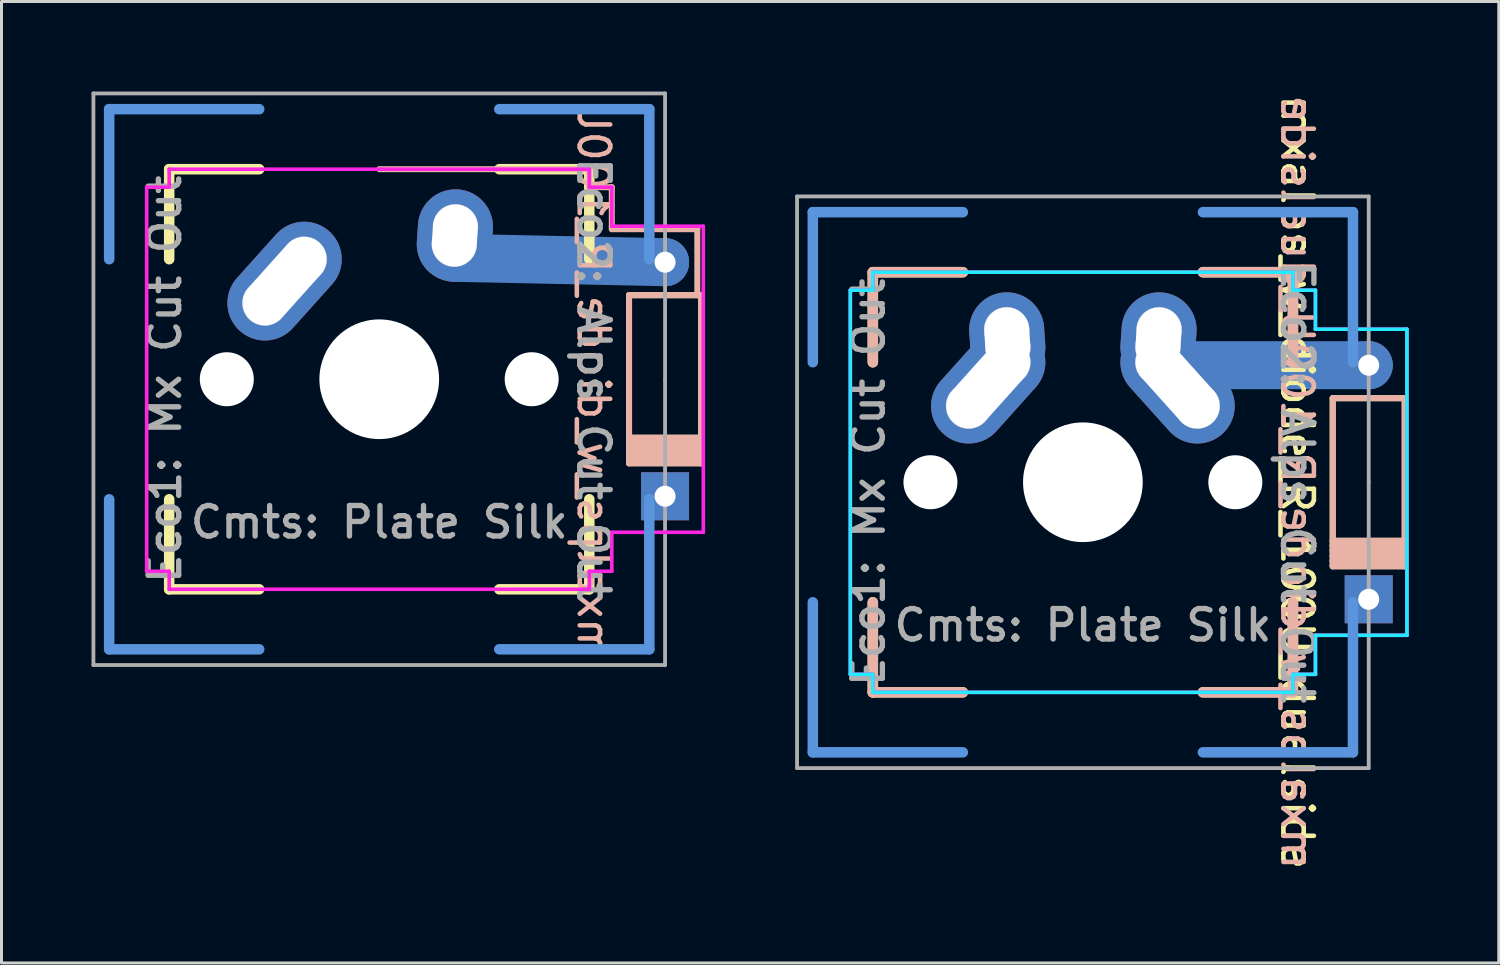
<source format=kicad_pcb>
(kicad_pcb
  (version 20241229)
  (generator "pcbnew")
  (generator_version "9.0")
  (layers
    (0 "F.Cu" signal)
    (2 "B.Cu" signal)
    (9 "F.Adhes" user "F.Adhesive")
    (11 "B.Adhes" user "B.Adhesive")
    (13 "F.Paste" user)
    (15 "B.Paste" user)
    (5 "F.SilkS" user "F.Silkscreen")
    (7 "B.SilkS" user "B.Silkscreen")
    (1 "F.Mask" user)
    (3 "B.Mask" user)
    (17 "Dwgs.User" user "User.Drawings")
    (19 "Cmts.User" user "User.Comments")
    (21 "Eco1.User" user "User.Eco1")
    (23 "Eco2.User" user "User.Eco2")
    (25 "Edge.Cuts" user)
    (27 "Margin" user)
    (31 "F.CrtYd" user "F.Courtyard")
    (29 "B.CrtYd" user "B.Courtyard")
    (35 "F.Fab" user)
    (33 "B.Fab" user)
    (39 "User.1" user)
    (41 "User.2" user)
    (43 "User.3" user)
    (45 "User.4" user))
  (footprint "mxalps_w_diode_R_100U"
    (layer "F.Cu")
    (at 9.588 9.588)
    (property "Reference" "mxalps_w_diode_R_100U" (at 7.144 0 270) (unlocked yes) (layer "B.SilkS") (effects (font (size 1.016 1.016) (thickness 0.152)) (justify mirror)))
    (attr through_hole)
    (fp_line (start -7 -7) (end -7 -4) (stroke (width 0.35) (type solid)) (layer "F.SilkS"))
    (fp_line (start -7 -7) (end -4 -7) (stroke (width 0.35) (type solid)) (layer "F.SilkS"))
    (fp_line (start -7 7) (end -7 4) (stroke (width 0.35) (type solid)) (layer "F.SilkS"))
    (fp_line (start -7 7) (end -4 7) (stroke (width 0.35) (type solid)) (layer "F.SilkS"))
    (fp_line (start 7 -7) (end 4 -7) (stroke (width 0.35) (type solid)) (layer "F.SilkS"))
    (fp_line (start 7 -7) (end 7 -4) (stroke (width 0.35) (type solid)) (layer "F.SilkS"))
    (fp_line (start 7 7) (end 4 7) (stroke (width 0.35) (type solid)) (layer "F.SilkS"))
    (fp_line (start 7 7) (end 7 4) (stroke (width 0.35) (type solid)) (layer "F.SilkS"))
    (fp_line (start 8.325 -2.8) (end 10.725 -2.8) (stroke (width 0.2) (type solid)) (layer "F.SilkS"))
    (fp_line (start 8.325 1.95) (end 10.725 1.95) (stroke (width 0.2) (type solid)) (layer "F.SilkS"))
    (fp_line (start 8.325 2.1) (end 10.725 2.1) (stroke (width 0.2) (type solid)) (layer "F.SilkS"))
    (fp_line (start 8.325 2.275) (end 10.725 2.275) (stroke (width 0.2) (type solid)) (layer "F.SilkS"))
    (fp_line (start 8.325 2.45) (end 10.725 2.45) (stroke (width 0.2) (type solid)) (layer "F.SilkS"))
    (fp_line (start 8.325 2.625) (end 10.725 2.625) (stroke (width 0.2) (type solid)) (layer "F.SilkS"))
    (fp_line (start 8.325 2.8) (end 8.325 -2.8) (stroke (width 0.2) (type solid)) (layer "F.SilkS"))
    (fp_line (start 8.325 2.8) (end 10.725 2.8) (stroke (width 0.2) (type solid)) (layer "F.SilkS"))
    (fp_line (start 10.725 -2.8) (end 10.725 2.8) (stroke (width 0.2) (type solid)) (layer "F.SilkS"))
    (fp_line (start 0 -7) (end 7 -7) (stroke (width 0.2) (type solid)) (layer "B.SilkS"))
    (fp_line (start 7 -7) (end 7 -6.4) (stroke (width 0.2) (type solid)) (layer "B.SilkS"))
    (fp_line (start 7 -6.4) (end 7.75 -6.4) (stroke (width 0.2) (type solid)) (layer "B.SilkS"))
    (fp_line (start 7.75 -6.4) (end 7.75 -5.1) (stroke (width 0.2) (type solid)) (layer "B.SilkS"))
    (fp_line (start 7.75 -5.1) (end 7.75 -5) (stroke (width 0.2) (type solid)) (layer "B.SilkS"))
    (fp_line (start 7.75 -5) (end 10.6 -5) (stroke (width 0.2) (type solid)) (layer "B.SilkS"))
    (fp_line (start 8.325 -2.8) (end 8.325 2.8) (stroke (width 0.2) (type solid)) (layer "B.SilkS"))
    (fp_line (start 10.6 -5) (end 10.6 -2.8) (stroke (width 0.2) (type solid)) (layer "B.SilkS"))
    (fp_line (start 10.725 -2.8) (end 8.325 -2.8) (stroke (width 0.2) (type solid)) (layer "B.SilkS"))
    (fp_line (start 10.725 1.95) (end 8.325 1.95) (stroke (width 0.2) (type solid)) (layer "B.SilkS"))
    (fp_line (start 10.725 2.1) (end 8.325 2.1) (stroke (width 0.2) (type solid)) (layer "B.SilkS"))
    (fp_line (start 10.725 2.275) (end 8.325 2.275) (stroke (width 0.2) (type solid)) (layer "B.SilkS"))
    (fp_line (start 10.725 2.45) (end 8.325 2.45) (stroke (width 0.2) (type solid)) (layer "B.SilkS"))
    (fp_line (start 10.725 2.625) (end 8.325 2.625) (stroke (width 0.2) (type solid)) (layer "B.SilkS"))
    (fp_line (start 10.725 2.8) (end 8.325 2.8) (stroke (width 0.2) (type solid)) (layer "B.SilkS"))
    (fp_line (start 10.725 2.8) (end 10.725 -2.8) (stroke (width 0.2) (type solid)) (layer "B.SilkS"))
    (fp_circle (center -3.81 -2.54) (end -3.06 -2.54) (stroke (width 0.01) (type solid)) (fill no) (layer "Dwgs.User"))
    (fp_circle (center -2.5 -4) (end -1.75 -4) (stroke (width 0.01) (type solid)) (fill no) (layer "Dwgs.User"))
    (fp_circle (center 2.5 -4.5) (end 3.25 -4.5) (stroke (width 0.01) (type solid)) (fill no) (layer "Dwgs.User"))
    (fp_circle (center 2.54 -5.08) (end 3.29 -5.08) (stroke (width 0.01) (type solid)) (fill no) (layer "Dwgs.User"))
    (fp_line (start -9 -9) (end -9 -4) (stroke (width 0.35) (type solid)) (layer "Cmts.User"))
    (fp_line (start -9 9) (end -9 4) (stroke (width 0.35) (type solid)) (layer "Cmts.User"))
    (fp_line (start -4 -9) (end -9 -9) (stroke (width 0.35) (type solid)) (layer "Cmts.User"))
    (fp_line (start -4 9) (end -9 9) (stroke (width 0.35) (type solid)) (layer "Cmts.User"))
    (fp_line (start 4 -9) (end 9 -9) (stroke (width 0.35) (type solid)) (layer "Cmts.User"))
    (fp_line (start 9 -9) (end 9 -4) (stroke (width 0.35) (type solid)) (layer "Cmts.User"))
    (fp_line (start 9 4) (end 9 9) (stroke (width 0.35) (type solid)) (layer "Cmts.User"))
    (fp_line (start 9 9) (end 4 9) (stroke (width 0.35) (type solid)) (layer "Cmts.User"))
    (fp_line (start -7 -7) (end -7 7) (stroke (width 0.1) (type solid)) (layer "Eco1.User"))
    (fp_line (start -7 7) (end 7 7) (stroke (width 0.1) (type solid)) (layer "Eco1.User"))
    (fp_line (start 7 -7) (end -7 -7) (stroke (width 0.1) (type solid)) (layer "Eco1.User"))
    (fp_line (start 7 7) (end 7 -7) (stroke (width 0.1) (type solid)) (layer "Eco1.User"))
    (fp_line (start -7.8 -6.4) (end -7.8 6.4) (stroke (width 0.1) (type solid)) (layer "Eco2.User"))
    (fp_line (start -7.8 6.4) (end 7.8 6.4) (stroke (width 0.1) (type solid)) (layer "Eco2.User"))
    (fp_line (start 7.8 -6.4) (end -7.8 -6.4) (stroke (width 0.1) (type solid)) (layer "Eco2.User"))
    (fp_line (start 7.8 6.4) (end 7.8 -6.4) (stroke (width 0.1) (type solid)) (layer "Eco2.User"))
    (fp_line (start -7.75 -6.4) (end -7.75 6.4) (stroke (width 0.12) (type solid)) (layer "F.CrtYd"))
    (fp_line (start -7.75 6.4) (end -7 6.4) (stroke (width 0.12) (type solid)) (layer "F.CrtYd"))
    (fp_line (start -7 -7) (end -7 -6.4) (stroke (width 0.12) (type solid)) (layer "F.CrtYd"))
    (fp_line (start -7 -6.4) (end -7.75 -6.4) (stroke (width 0.12) (type solid)) (layer "F.CrtYd"))
    (fp_line (start -7 6.4) (end -7 7) (stroke (width 0.12) (type solid)) (layer "F.CrtYd"))
    (fp_line (start -7 7) (end 7 7) (stroke (width 0.12) (type solid)) (layer "F.CrtYd"))
    (fp_line (start 7 -7) (end -7 -7) (stroke (width 0.12) (type solid)) (layer "F.CrtYd"))
    (fp_line (start 7 -6.4) (end 7 -7) (stroke (width 0.12) (type solid)) (layer "F.CrtYd"))
    (fp_line (start 7 6.4) (end 7.75 6.4) (stroke (width 0.12) (type solid)) (layer "F.CrtYd"))
    (fp_line (start 7 7) (end 7 6.4) (stroke (width 0.12) (type solid)) (layer "F.CrtYd"))
    (fp_line (start 7.75 -6.4) (end 7 -6.4) (stroke (width 0.12) (type solid)) (layer "F.CrtYd"))
    (fp_line (start 7.75 -6.4) (end 7.75 -5.1) (stroke (width 0.12) (type solid)) (layer "F.CrtYd"))
    (fp_line (start 7.75 -5.1) (end 10.8 -5.1) (stroke (width 0.12) (type solid)) (layer "F.CrtYd"))
    (fp_line (start 7.75 5.1) (end 10.8 5.1) (stroke (width 0.12) (type solid)) (layer "F.CrtYd"))
    (fp_line (start 7.75 6.4) (end 7.75 5.1) (stroke (width 0.12) (type solid)) (layer "F.CrtYd"))
    (fp_line (start 10.8 -5.1) (end 10.8 5.1) (stroke (width 0.12) (type solid)) (layer "F.CrtYd"))
    (fp_line (start -9.525 -9.525) (end -9.525 9.525) (stroke (width 0.127) (type solid)) (layer "F.Fab"))
    (fp_line (start -9.525 9.525) (end 9.525 9.525) (stroke (width 0.127) (type solid)) (layer "F.Fab"))
    (fp_line (start 9.525 -9.525) (end -9.525 -9.525) (stroke (width 0.127) (type solid)) (layer "F.Fab"))
    (fp_line (start 9.525 0) (end 9.525 -9.525) (stroke (width 0.127) (type solid)) (layer "F.Fab"))
    (fp_line (start 9.525 9.525) (end 9.525 0) (stroke (width 0.127) (type solid)) (layer "F.Fab"))
    (fp_text user "Eco2: Alps Cut Out" (at 7.144 0 270) (unlocked yes) (layer "F.Fab") (effects (font (size 1.016 1.016) (thickness 0.178))))
    (fp_text user "Eco1: Mx Cut Out" (at -7.144 0 90) (unlocked yes) (layer "F.Fab") (effects (font (size 1.016 1.016) (thickness 0.178))))
    (fp_text user "Cmts: Plate Silk" (at 0 4.763 0) (unlocked yes) (layer "F.Fab") (effects (font (size 1.016 1.016) (thickness 0.178))))
    (pad "" np_thru_hole circle (at -5.08 0) (size 1.8 1.8) (drill 1.8) (layers "*.Cu" "*.Mask"))
    (pad "" np_thru_hole circle (at 0 0) (size 3.988 3.988) (drill 3.988) (layers "*.Cu" "*.Mask"))
    (pad "" thru_hole oval (at 2.52 -4.79 356.1) (size 2.5 3.08) (drill oval 1.5 2.08) (layers "*.Cu" "*.Mask"))
    (pad "" np_thru_hole circle (at 5.08 0) (size 1.8 1.8) (drill 1.8) (layers "*.Cu" "*.Mask"))
    (pad "" thru_hole circle (at 9.525 -3.9 90) (size 1.6 1.6) (drill 0.7) (layers "*.Cu" "*.Mask"))
    (pad "" connect oval (at 9.525 -3.9 358.8) (size 8.6 1.6) (drill (offset -3.5 0)) (layers "B.Cu"))
    (pad "1" thru_hole oval (at -3.155 -3.27 318.1) (size 2.5 4.46) (drill oval 1.5 3.46) (layers "*.Cu" "*.Mask"))
    (pad "2" thru_hole rect (at 9.525 3.9 90) (size 1.6 1.6) (drill 0.7) (layers "*.Cu" "*.Mask")))
  (footprint "mxalps_w_diode_R_100U_dualside"
    (layer "F.Cu")
    (at 33.037 13.021)
    (property "Reference" "mxalps_w_diode_R_100U_dualside" (at 7.144 0 270) (unlocked yes) (layer "F.SilkS") (effects (font (size 1.016 1.016) (thickness 0.152))))
    (attr through_hole)
    (fp_line (start -7 -7) (end -7 -4) (stroke (width 0.35) (type solid)) (layer "F.SilkS"))
    (fp_line (start -7 -7) (end -4 -7) (stroke (width 0.35) (type solid)) (layer "F.SilkS"))
    (fp_line (start -7 7) (end -7 4) (stroke (width 0.35) (type solid)) (layer "F.SilkS"))
    (fp_line (start -7 7) (end -4 7) (stroke (width 0.35) (type solid)) (layer "F.SilkS"))
    (fp_line (start 7 -7) (end 4 -7) (stroke (width 0.35) (type solid)) (layer "F.SilkS"))
    (fp_line (start 7 -7) (end 7 -4) (stroke (width 0.35) (type solid)) (layer "F.SilkS"))
    (fp_line (start 7 7) (end 4 7) (stroke (width 0.35) (type solid)) (layer "F.SilkS"))
    (fp_line (start 7 7) (end 7 4) (stroke (width 0.35) (type solid)) (layer "F.SilkS"))
    (fp_line (start 8.325 -2.8) (end 10.725 -2.8) (stroke (width 0.2) (type solid)) (layer "F.SilkS"))
    (fp_line (start 8.325 1.95) (end 10.725 1.95) (stroke (width 0.2) (type solid)) (layer "F.SilkS"))
    (fp_line (start 8.325 2.1) (end 10.725 2.1) (stroke (width 0.2) (type solid)) (layer "F.SilkS"))
    (fp_line (start 8.325 2.275) (end 10.725 2.275) (stroke (width 0.2) (type solid)) (layer "F.SilkS"))
    (fp_line (start 8.325 2.45) (end 10.725 2.45) (stroke (width 0.2) (type solid)) (layer "F.SilkS"))
    (fp_line (start 8.325 2.625) (end 10.725 2.625) (stroke (width 0.2) (type solid)) (layer "F.SilkS"))
    (fp_line (start 8.325 2.8) (end 8.325 -2.8) (stroke (width 0.2) (type solid)) (layer "F.SilkS"))
    (fp_line (start 8.325 2.8) (end 10.725 2.8) (stroke (width 0.2) (type solid)) (layer "F.SilkS"))
    (fp_line (start 10.725 -2.8) (end 10.725 2.8) (stroke (width 0.2) (type solid)) (layer "F.SilkS"))
    (fp_line (start -7 -7) (end -7 -4) (stroke (width 0.35) (type solid)) (layer "B.SilkS"))
    (fp_line (start -7 -7) (end -4 -7) (stroke (width 0.35) (type solid)) (layer "B.SilkS"))
    (fp_line (start -7 7) (end -7 4) (stroke (width 0.35) (type solid)) (layer "B.SilkS"))
    (fp_line (start -7 7) (end -4 7) (stroke (width 0.35) (type solid)) (layer "B.SilkS"))
    (fp_line (start 7 -7) (end 4 -7) (stroke (width 0.35) (type solid)) (layer "B.SilkS"))
    (fp_line (start 7 -7) (end 7 -4) (stroke (width 0.35) (type solid)) (layer "B.SilkS"))
    (fp_line (start 7 7) (end 4 7) (stroke (width 0.35) (type solid)) (layer "B.SilkS"))
    (fp_line (start 7 7) (end 7 4) (stroke (width 0.35) (type solid)) (layer "B.SilkS"))
    (fp_line (start 8.325 -2.8) (end 8.325 2.8) (stroke (width 0.2) (type solid)) (layer "B.SilkS"))
    (fp_line (start 10.725 -2.8) (end 8.325 -2.8) (stroke (width 0.2) (type solid)) (layer "B.SilkS"))
    (fp_line (start 10.725 1.95) (end 8.325 1.95) (stroke (width 0.2) (type solid)) (layer "B.SilkS"))
    (fp_line (start 10.725 2.1) (end 8.325 2.1) (stroke (width 0.2) (type solid)) (layer "B.SilkS"))
    (fp_line (start 10.725 2.275) (end 8.325 2.275) (stroke (width 0.2) (type solid)) (layer "B.SilkS"))
    (fp_line (start 10.725 2.45) (end 8.325 2.45) (stroke (width 0.2) (type solid)) (layer "B.SilkS"))
    (fp_line (start 10.725 2.625) (end 8.325 2.625) (stroke (width 0.2) (type solid)) (layer "B.SilkS"))
    (fp_line (start 10.725 2.8) (end 8.325 2.8) (stroke (width 0.2) (type solid)) (layer "B.SilkS"))
    (fp_line (start 10.725 2.8) (end 10.725 -2.8) (stroke (width 0.2) (type solid)) (layer "B.SilkS"))
    (fp_circle (center -3.81 -2.54) (end -3.06 -2.54) (stroke (width 0.01) (type solid)) (fill no) (layer "Dwgs.User"))
    (fp_circle (center -3.81 -2.54) (end -3.06 -2.54) (stroke (width 0.01) (type solid)) (fill no) (layer "Dwgs.User"))
    (fp_circle (center -2.54 -5.08) (end -3.29 -5.08) (stroke (width 0.01) (type solid)) (fill no) (layer "Dwgs.User"))
    (fp_circle (center -2.54 -5.08) (end -3.29 -5.08) (stroke (width 0.01) (type solid)) (fill no) (layer "Dwgs.User"))
    (fp_circle (center -2.5 -4.5) (end -3.25 -4.5) (stroke (width 0.01) (type solid)) (fill no) (layer "Dwgs.User"))
    (fp_circle (center -2.5 -4.5) (end -3.25 -4.5) (stroke (width 0.01) (type solid)) (fill no) (layer "Dwgs.User"))
    (fp_circle (center -2.5 -4) (end -1.75 -4) (stroke (width 0.01) (type solid)) (fill no) (layer "Dwgs.User"))
    (fp_circle (center -2.5 -4) (end -1.75 -4) (stroke (width 0.01) (type solid)) (fill no) (layer "Dwgs.User"))
    (fp_circle (center 2.5 -4.5) (end 3.25 -4.5) (stroke (width 0.01) (type solid)) (fill no) (layer "Dwgs.User"))
    (fp_circle (center 2.5 -4.5) (end 3.25 -4.5) (stroke (width 0.01) (type solid)) (fill no) (layer "Dwgs.User"))
    (fp_circle (center 2.5 -4) (end 1.75 -4) (stroke (width 0.01) (type solid)) (fill no) (layer "Dwgs.User"))
    (fp_circle (center 2.5 -4) (end 1.75 -4) (stroke (width 0.01) (type solid)) (fill no) (layer "Dwgs.User"))
    (fp_circle (center 2.54 -5.08) (end 3.29 -5.08) (stroke (width 0.01) (type solid)) (fill no) (layer "Dwgs.User"))
    (fp_circle (center 2.54 -5.08) (end 3.29 -5.08) (stroke (width 0.01) (type solid)) (fill no) (layer "Dwgs.User"))
    (fp_circle (center 3.81 -2.54) (end 3.06 -2.54) (stroke (width 0.01) (type solid)) (fill no) (layer "Dwgs.User"))
    (fp_circle (center 3.81 -2.54) (end 3.06 -2.54) (stroke (width 0.01) (type solid)) (fill no) (layer "Dwgs.User"))
    (fp_line (start -9 -9) (end -9 -4) (stroke (width 0.35) (type solid)) (layer "Cmts.User"))
    (fp_line (start -9 9) (end -9 4) (stroke (width 0.35) (type solid)) (layer "Cmts.User"))
    (fp_line (start -4 -9) (end -9 -9) (stroke (width 0.35) (type solid)) (layer "Cmts.User"))
    (fp_line (start -4 9) (end -9 9) (stroke (width 0.35) (type solid)) (layer "Cmts.User"))
    (fp_line (start 4 -9) (end 9 -9) (stroke (width 0.35) (type solid)) (layer "Cmts.User"))
    (fp_line (start 9 -9) (end 9 -4) (stroke (width 0.35) (type solid)) (layer "Cmts.User"))
    (fp_line (start 9 4) (end 9 9) (stroke (width 0.35) (type solid)) (layer "Cmts.User"))
    (fp_line (start 9 9) (end 4 9) (stroke (width 0.35) (type solid)) (layer "Cmts.User"))
    (fp_line (start -7 -7) (end -7 7) (stroke (width 0.1) (type solid)) (layer "Eco1.User"))
    (fp_line (start -7 7) (end 7 7) (stroke (width 0.1) (type solid)) (layer "Eco1.User"))
    (fp_line (start 7 -7) (end -7 -7) (stroke (width 0.1) (type solid)) (layer "Eco1.User"))
    (fp_line (start 7 7) (end 7 -7) (stroke (width 0.1) (type solid)) (layer "Eco1.User"))
    (fp_line (start -7.8 -6.4) (end -7.8 6.4) (stroke (width 0.1) (type solid)) (layer "Eco2.User"))
    (fp_line (start -7.8 6.4) (end 7.8 6.4) (stroke (width 0.1) (type solid)) (layer "Eco2.User"))
    (fp_line (start 7.8 -6.4) (end -7.8 -6.4) (stroke (width 0.1) (type solid)) (layer "Eco2.User"))
    (fp_line (start 7.8 6.4) (end 7.8 -6.4) (stroke (width 0.1) (type solid)) (layer "Eco2.User"))
    (fp_line (start -7.75 -6.4) (end -7 -6.4) (stroke (width 0.12) (type solid)) (layer "B.CrtYd"))
    (fp_line (start -7.75 6.4) (end -7.75 -6.4) (stroke (width 0.12) (type solid)) (layer "B.CrtYd"))
    (fp_line (start -7 -7) (end 7 -7) (stroke (width 0.12) (type solid)) (layer "B.CrtYd"))
    (fp_line (start -7 -6.4) (end -7 -7) (stroke (width 0.12) (type solid)) (layer "B.CrtYd"))
    (fp_line (start -7 6.4) (end -7.75 6.4) (stroke (width 0.12) (type solid)) (layer "B.CrtYd"))
    (fp_line (start -7 7) (end -7 6.4) (stroke (width 0.12) (type solid)) (layer "B.CrtYd"))
    (fp_line (start 7 -7) (end 7 -6.4) (stroke (width 0.12) (type solid)) (layer "B.CrtYd"))
    (fp_line (start 7 -6.4) (end 7.75 -6.4) (stroke (width 0.12) (type solid)) (layer "B.CrtYd"))
    (fp_line (start 7 6.4) (end 7 7) (stroke (width 0.12) (type solid)) (layer "B.CrtYd"))
    (fp_line (start 7 7) (end -7 7) (stroke (width 0.12) (type solid)) (layer "B.CrtYd"))
    (fp_line (start 7.75 -6.4) (end 7.75 -5.1) (stroke (width 0.12) (type solid)) (layer "B.CrtYd"))
    (fp_line (start 7.75 -5.1) (end 10.8 -5.1) (stroke (width 0.12) (type solid)) (layer "B.CrtYd"))
    (fp_line (start 7.75 5.1) (end 10.8 5.1) (stroke (width 0.12) (type solid)) (layer "B.CrtYd"))
    (fp_line (start 7.75 6.4) (end 7 6.4) (stroke (width 0.12) (type solid)) (layer "B.CrtYd"))
    (fp_line (start 7.75 6.4) (end 7.75 5.1) (stroke (width 0.12) (type solid)) (layer "B.CrtYd"))
    (fp_line (start 10.8 5.1) (end 10.8 -5.1) (stroke (width 0.12) (type solid)) (layer "B.CrtYd"))
    (fp_line (start -7.75 -6.4) (end -7.75 6.4) (stroke (width 0.12) (type solid)) (layer "F.CrtYd"))
    (fp_line (start -7.75 6.4) (end -7 6.4) (stroke (width 0.12) (type solid)) (layer "F.CrtYd"))
    (fp_line (start -7 -7) (end -7 -6.4) (stroke (width 0.12) (type solid)) (layer "F.CrtYd"))
    (fp_line (start -7 -6.4) (end -7.75 -6.4) (stroke (width 0.12) (type solid)) (layer "F.CrtYd"))
    (fp_line (start -7 6.4) (end -7 7) (stroke (width 0.12) (type solid)) (layer "F.CrtYd"))
    (fp_line (start -7 7) (end 7 7) (stroke (width 0.12) (type solid)) (layer "F.CrtYd"))
    (fp_line (start 7 -7) (end -7 -7) (stroke (width 0.12) (type solid)) (layer "F.CrtYd"))
    (fp_line (start 7 -6.4) (end 7 -7) (stroke (width 0.12) (type solid)) (layer "F.CrtYd"))
    (fp_line (start 7 6.4) (end 7.75 6.4) (stroke (width 0.12) (type solid)) (layer "F.CrtYd"))
    (fp_line (start 7 7) (end 7 6.4) (stroke (width 0.12) (type solid)) (layer "F.CrtYd"))
    (fp_line (start 7.75 -6.4) (end 7 -6.4) (stroke (width 0.12) (type solid)) (layer "F.CrtYd"))
    (fp_line (start 7.75 -6.4) (end 7.75 -5.1) (stroke (width 0.12) (type solid)) (layer "F.CrtYd"))
    (fp_line (start 7.75 -5.1) (end 10.8 -5.1) (stroke (width 0.12) (type solid)) (layer "F.CrtYd"))
    (fp_line (start 7.75 5.1) (end 10.8 5.1) (stroke (width 0.12) (type solid)) (layer "F.CrtYd"))
    (fp_line (start 7.75 6.4) (end 7.75 5.1) (stroke (width 0.12) (type solid)) (layer "F.CrtYd"))
    (fp_line (start 10.8 -5.1) (end 10.8 5.1) (stroke (width 0.12) (type solid)) (layer "F.CrtYd"))
    (fp_line (start -9.525 -9.525) (end -9.525 9.525) (stroke (width 0.127) (type solid)) (layer "F.Fab"))
    (fp_line (start -9.525 9.525) (end 9.525 9.525) (stroke (width 0.127) (type solid)) (layer "F.Fab"))
    (fp_line (start 9.525 -9.525) (end -9.525 -9.525) (stroke (width 0.127) (type solid)) (layer "F.Fab"))
    (fp_line (start 9.525 0) (end 9.525 -9.525) (stroke (width 0.127) (type solid)) (layer "F.Fab"))
    (fp_line (start 9.525 9.525) (end 9.525 0) (stroke (width 0.127) (type solid)) (layer "F.Fab"))
    (fp_text user "${REFERENCE}" (at 7.144 0 270) (unlocked yes) (layer "B.SilkS") (effects (font (size 1.016 1.016) (thickness 0.152)) (justify mirror)))
    (fp_text user "Eco1: Mx Cut Out" (at -7.144 0 90) (unlocked yes) (layer "F.Fab") (effects (font (size 1.016 1.016) (thickness 0.178))))
    (fp_text user "Cmts: Plate Silk" (at 0 4.763 0) (unlocked yes) (layer "F.Fab") (effects (font (size 1.016 1.016) (thickness 0.178))))
    (fp_text user "Eco2: Alps Cut Out" (at 7.144 0 270) (unlocked yes) (layer "F.Fab") (effects (font (size 1.016 1.016) (thickness 0.178))))
    (pad "" np_thru_hole circle (at -5.08 0) (size 1.8 1.8) (drill 1.8) (layers "*.Cu" "*.Mask"))
    (pad "" np_thru_hole circle (at 0 0) (size 3.988 3.988) (drill 3.988) (layers "*.Cu" "*.Mask"))
    (pad "" thru_hole oval (at 2.52 -4.79 356.1) (size 2.5 3.08) (drill oval 1.5 2.08) (layers "*.Cu" "*.Mask"))
    (pad "" thru_hole oval (at 3.155 -3.27 41.9) (size 2.5 4.46) (drill oval 1.5 3.46) (layers "*.Cu" "*.Mask"))
    (pad "" np_thru_hole circle (at 5.08 0) (size 1.8 1.8) (drill 1.8) (layers "*.Cu" "*.Mask"))
    (pad "" thru_hole circle (at 9.525 -3.9 90) (size 1.6 1.6) (drill 0.7) (layers "*.Cu" "*.Mask"))
    (pad "" connect oval (at 9.525 -3.9) (size 8.6 1.6) (drill (offset -3.5 0)) (layers "B.Cu"))
    (pad "1" thru_hole oval (at -3.155 -3.27 318.1) (size 2.5 4.46) (drill oval 1.5 3.46) (layers "*.Cu" "*.Mask"))
    (pad "1" thru_hole oval (at -2.52 -4.79 3.9) (size 2.5 3.08) (drill oval 1.5 2.08) (layers "*.Cu" "*.Mask"))
    (pad "2" thru_hole rect (at 9.525 3.9 90) (size 1.6 1.6) (drill 0.7) (layers "*.Cu" "*.Mask")))
  (gr_rect
    (start -3 -3)
    (end 46.897 29.041)
    (stroke (width 0.1) (type default))
    (fill no)
    (layer "Edge.Cuts")))
</source>
